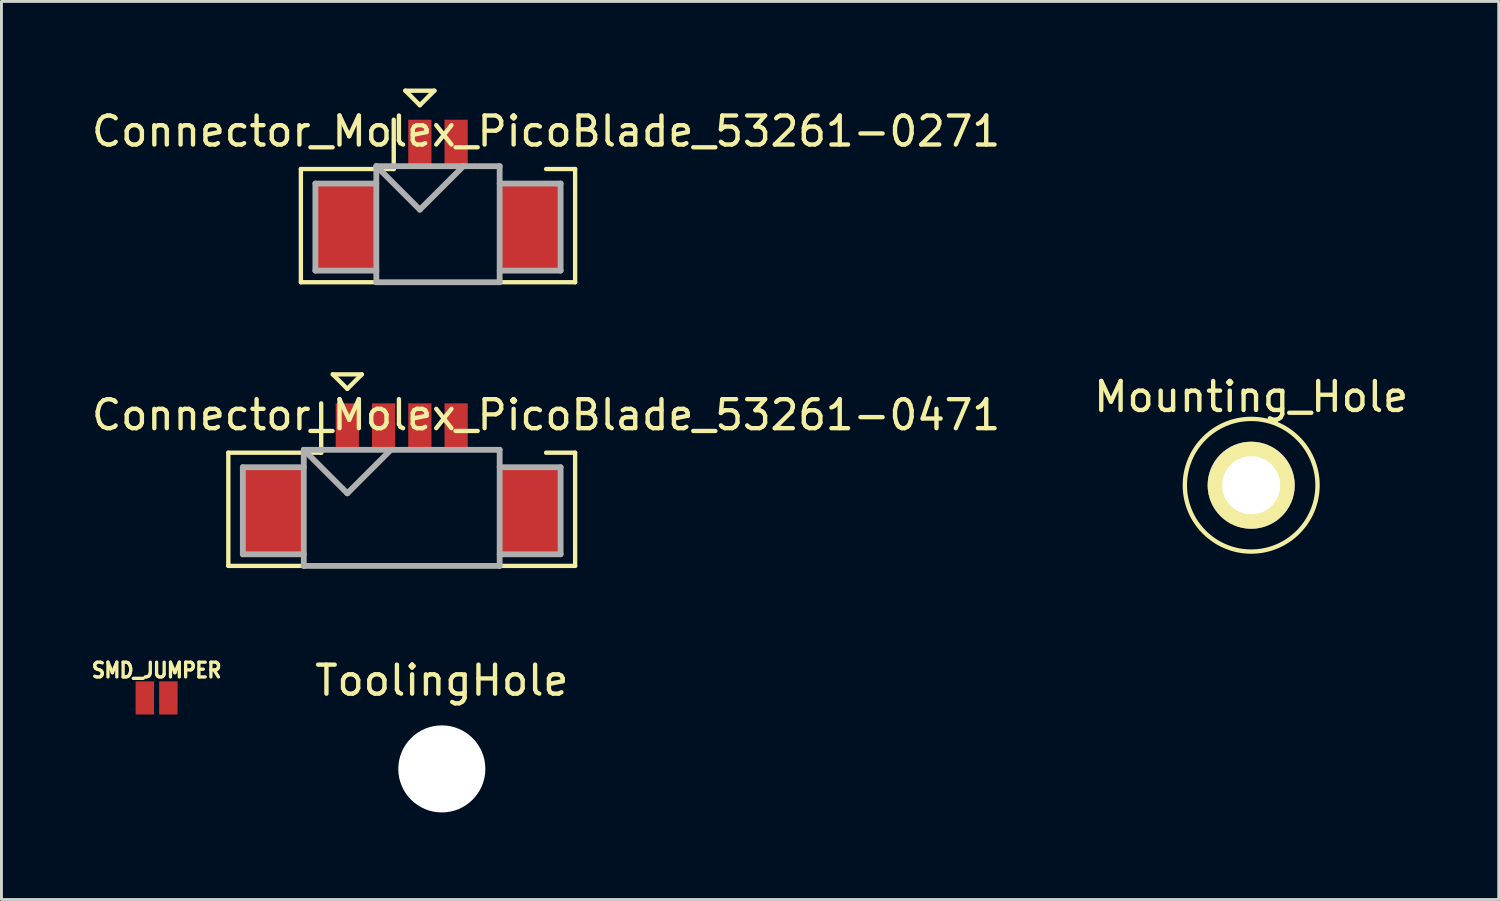
<source format=kicad_pcb>
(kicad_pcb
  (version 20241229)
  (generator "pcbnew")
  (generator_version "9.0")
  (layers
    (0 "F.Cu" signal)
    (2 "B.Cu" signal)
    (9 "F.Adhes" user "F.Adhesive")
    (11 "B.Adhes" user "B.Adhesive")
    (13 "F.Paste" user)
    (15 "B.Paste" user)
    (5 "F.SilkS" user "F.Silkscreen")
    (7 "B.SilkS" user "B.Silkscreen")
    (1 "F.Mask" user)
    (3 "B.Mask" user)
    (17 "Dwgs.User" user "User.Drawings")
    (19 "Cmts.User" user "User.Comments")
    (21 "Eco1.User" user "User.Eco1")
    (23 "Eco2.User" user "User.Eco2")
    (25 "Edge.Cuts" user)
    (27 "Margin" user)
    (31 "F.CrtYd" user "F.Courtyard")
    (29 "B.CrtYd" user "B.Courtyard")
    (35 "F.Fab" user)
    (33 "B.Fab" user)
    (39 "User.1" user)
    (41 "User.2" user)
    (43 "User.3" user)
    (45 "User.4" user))
  (footprint "ToolingHole"
    (layer "F.Cu")
    (at 12.175 23.446)
    (property "Reference" "ToolingHole" (at 0 -3.048 0) (layer "F.SilkS") (effects (font (size 1 1) (thickness 0.15))))
    (attr through_hole)
    (pad "" np_thru_hole circle (at 0 0) (size 3 3) (drill 3) (layers "*.Cu")))
  (footprint "Mounting_Hole"
    (layer "F.Cu")
    (at 40.065 13.671)
    (property "Reference" "Mounting_Hole" (at 0 -3.048 0) (layer "F.SilkS") (effects (font (size 1 1) (thickness 0.15))))
    (attr through_hole)
    (fp_circle (center 0 0) (end 0 -2.286) (stroke (width 0.15) (type solid)) (fill no) (layer "F.SilkS"))
    (pad "1" thru_hole circle (at 0 0) (size 3 3) (drill 2) (layers "*.Cu" "*.Mask" "F.SilkS")))
  (footprint "Connector_Molex_PicoBlade_53261-0271"
    (layer "F.Cu")
    (at 12.043 4.775)
    (property "Reference" "Connector_Molex_PicoBlade_53261-0271" (at 3.725 -3.3 0) (layer "F.SilkS") (effects (font (size 1 1) (thickness 0.15))))
    (attr through_hole)
    (fp_line (start -4.725 -2) (end -4.725 1.9) (stroke (width 0.15) (type solid)) (layer "F.SilkS"))
    (fp_line (start -4.725 1.9) (end 4.725 1.9) (stroke (width 0.15) (type solid)) (layer "F.SilkS"))
    (fp_line (start -1.525 -3.7) (end -1.525 -2) (stroke (width 0.15) (type solid)) (layer "F.SilkS"))
    (fp_line (start -1.525 -2) (end -4.725 -2) (stroke (width 0.15) (type solid)) (layer "F.SilkS"))
    (fp_line (start -1.125 -4.7) (end -0.125 -4.7) (stroke (width 0.15) (type solid)) (layer "F.SilkS"))
    (fp_line (start -0.625 -4.2) (end -1.125 -4.7) (stroke (width 0.15) (type solid)) (layer "F.SilkS"))
    (fp_line (start -0.125 -4.7) (end -0.625 -4.2) (stroke (width 0.15) (type solid)) (layer "F.SilkS"))
    (fp_line (start 4.725 -2) (end 3.725 -2) (stroke (width 0.15) (type solid)) (layer "F.SilkS"))
    (fp_line (start 4.725 1.9) (end 4.725 -2) (stroke (width 0.15) (type solid)) (layer "F.SilkS"))
    (fp_line (start -4.225 -1.5) (end -4.225 1.5) (stroke (width 0.2) (type solid)) (layer "F.Fab"))
    (fp_line (start -4.225 1.5) (end -2.125 1.5) (stroke (width 0.2) (type solid)) (layer "F.Fab"))
    (fp_line (start -2.125 -2.1) (end -2.125 1.9) (stroke (width 0.2) (type solid)) (layer "F.Fab"))
    (fp_line (start -2.125 -2.1) (end -0.625 -0.6) (stroke (width 0.2) (type solid)) (layer "F.Fab"))
    (fp_line (start -2.125 -1.5) (end -4.225 -1.5) (stroke (width 0.2) (type solid)) (layer "F.Fab"))
    (fp_line (start -2.125 1.9) (end 2.125 1.9) (stroke (width 0.2) (type solid)) (layer "F.Fab"))
    (fp_line (start -0.625 -0.6) (end 0.875 -2.1) (stroke (width 0.2) (type solid)) (layer "F.Fab"))
    (fp_line (start 2.125 -2.1) (end -2.125 -2.1) (stroke (width 0.2) (type solid)) (layer "F.Fab"))
    (fp_line (start 2.125 -1.5) (end 4.225 -1.5) (stroke (width 0.2) (type solid)) (layer "F.Fab"))
    (fp_line (start 2.125 1.9) (end 2.125 -2.1) (stroke (width 0.2) (type solid)) (layer "F.Fab"))
    (fp_line (start 4.225 -1.5) (end 4.225 1.5) (stroke (width 0.2) (type solid)) (layer "F.Fab"))
    (fp_line (start 4.225 1.5) (end 2.125 1.5) (stroke (width 0.2) (type solid)) (layer "F.Fab"))
    (pad "1" smd rect (at -0.625 -2.9) (size 0.8 1.6) (layers "F.Cu" "F.Mask" "F.Paste"))
    (pad "2" smd rect (at 0.625 -2.9) (size 0.8 1.6) (layers "F.Cu" "F.Mask" "F.Paste"))
    (pad "3" smd rect (at -3.175 0) (size 2.1 3) (layers "F.Cu" "F.Mask" "F.Paste"))
    (pad "3" smd rect (at 3.175 0) (size 2.1 3) (layers "F.Cu" "F.Mask" "F.Paste")))
  (footprint "SMD_JUMPER"
    (layer "F.Cu")
    (at 2.346 21)
    (property "Reference" "SMD_JUMPER" (at 0 -0.953 0) (layer "F.SilkS") (effects (font (size 0.508 0.457) (thickness 0.114))))
    (attr smd)
    (pad "1" smd rect (at -0.406 0) (size 0.635 1.143) (layers "F.Cu" "F.Mask" "F.Paste"))
    (pad "2" smd rect (at 0.406 0) (size 0.635 1.143) (layers "F.Cu" "F.Mask" "F.Paste")))
  (footprint "Connector_Molex_PicoBlade_53261-0471"
    (layer "F.Cu")
    (at 10.793 14.55)
    (property "Reference" "Connector_Molex_PicoBlade_53261-0471" (at 4.975 -3.3 0) (layer "F.SilkS") (effects (font (size 1 1) (thickness 0.15))))
    (attr through_hole)
    (fp_line (start -5.975 -2) (end -5.975 1.9) (stroke (width 0.15) (type solid)) (layer "F.SilkS"))
    (fp_line (start -5.975 1.9) (end 5.975 1.9) (stroke (width 0.15) (type solid)) (layer "F.SilkS"))
    (fp_line (start -2.775 -3.7) (end -2.775 -2) (stroke (width 0.15) (type solid)) (layer "F.SilkS"))
    (fp_line (start -2.775 -2) (end -5.975 -2) (stroke (width 0.15) (type solid)) (layer "F.SilkS"))
    (fp_line (start -2.375 -4.7) (end -1.375 -4.7) (stroke (width 0.15) (type solid)) (layer "F.SilkS"))
    (fp_line (start -1.875 -4.2) (end -2.375 -4.7) (stroke (width 0.15) (type solid)) (layer "F.SilkS"))
    (fp_line (start -1.375 -4.7) (end -1.875 -4.2) (stroke (width 0.15) (type solid)) (layer "F.SilkS"))
    (fp_line (start 5.975 -2) (end 4.975 -2) (stroke (width 0.15) (type solid)) (layer "F.SilkS"))
    (fp_line (start 5.975 1.9) (end 5.975 -2) (stroke (width 0.15) (type solid)) (layer "F.SilkS"))
    (fp_line (start -5.475 -1.5) (end -5.475 1.5) (stroke (width 0.2) (type solid)) (layer "F.Fab"))
    (fp_line (start -5.475 1.5) (end -3.375 1.5) (stroke (width 0.2) (type solid)) (layer "F.Fab"))
    (fp_line (start -3.375 -2.1) (end -3.375 1.9) (stroke (width 0.2) (type solid)) (layer "F.Fab"))
    (fp_line (start -3.375 -2.1) (end -1.875 -0.6) (stroke (width 0.2) (type solid)) (layer "F.Fab"))
    (fp_line (start -3.375 -1.5) (end -5.475 -1.5) (stroke (width 0.2) (type solid)) (layer "F.Fab"))
    (fp_line (start -3.375 1.9) (end 3.375 1.9) (stroke (width 0.2) (type solid)) (layer "F.Fab"))
    (fp_line (start -1.875 -0.6) (end -0.375 -2.1) (stroke (width 0.2) (type solid)) (layer "F.Fab"))
    (fp_line (start 3.375 -2.1) (end -3.375 -2.1) (stroke (width 0.2) (type solid)) (layer "F.Fab"))
    (fp_line (start 3.375 -1.5) (end 5.475 -1.5) (stroke (width 0.2) (type solid)) (layer "F.Fab"))
    (fp_line (start 3.375 1.9) (end 3.375 -2.1) (stroke (width 0.2) (type solid)) (layer "F.Fab"))
    (fp_line (start 5.475 -1.5) (end 5.475 1.5) (stroke (width 0.2) (type solid)) (layer "F.Fab"))
    (fp_line (start 5.475 1.5) (end 3.375 1.5) (stroke (width 0.2) (type solid)) (layer "F.Fab"))
    (pad "1" smd rect (at -1.875 -2.9) (size 0.8 1.6) (layers "F.Cu" "F.Mask" "F.Paste"))
    (pad "2" smd rect (at -0.625 -2.9) (size 0.8 1.6) (layers "F.Cu" "F.Mask" "F.Paste"))
    (pad "3" smd rect (at 0.625 -2.9) (size 0.8 1.6) (layers "F.Cu" "F.Mask" "F.Paste"))
    (pad "4" smd rect (at 1.875 -2.9) (size 0.8 1.6) (layers "F.Cu" "F.Mask" "F.Paste"))
    (pad "5" smd rect (at -4.425 0) (size 2.1 3) (layers "F.Cu" "F.Mask" "F.Paste"))
    (pad "5" smd rect (at 4.425 0) (size 2.1 3) (layers "F.Cu" "F.Mask" "F.Paste")))
  (gr_rect
    (start -3 -3)
    (end 48.595 27.946)
    (stroke (width 0.1) (type default))
    (fill no)
    (layer "Edge.Cuts")))
</source>
